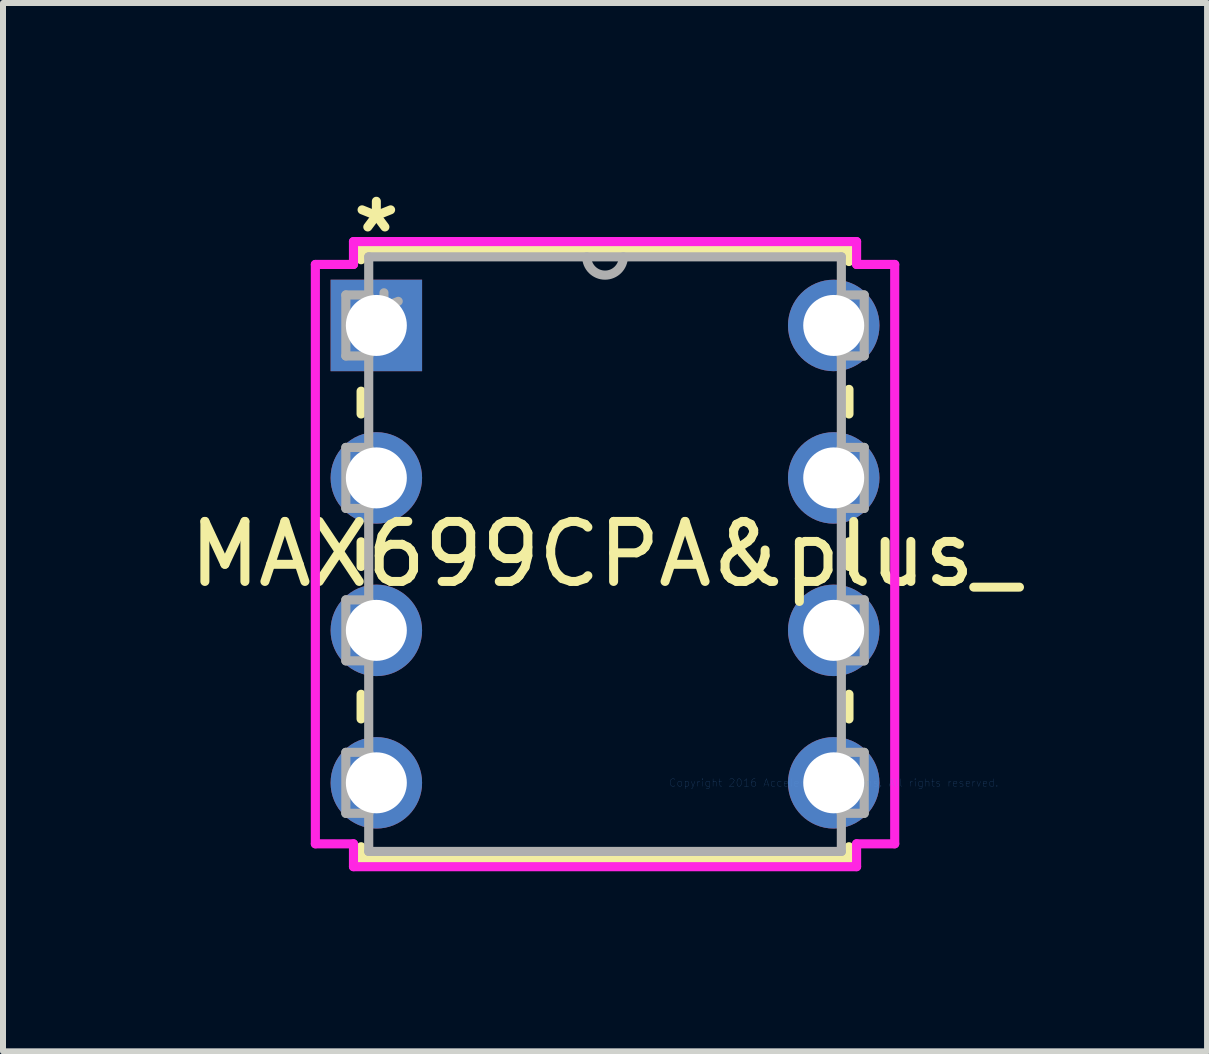
<source format=kicad_pcb>
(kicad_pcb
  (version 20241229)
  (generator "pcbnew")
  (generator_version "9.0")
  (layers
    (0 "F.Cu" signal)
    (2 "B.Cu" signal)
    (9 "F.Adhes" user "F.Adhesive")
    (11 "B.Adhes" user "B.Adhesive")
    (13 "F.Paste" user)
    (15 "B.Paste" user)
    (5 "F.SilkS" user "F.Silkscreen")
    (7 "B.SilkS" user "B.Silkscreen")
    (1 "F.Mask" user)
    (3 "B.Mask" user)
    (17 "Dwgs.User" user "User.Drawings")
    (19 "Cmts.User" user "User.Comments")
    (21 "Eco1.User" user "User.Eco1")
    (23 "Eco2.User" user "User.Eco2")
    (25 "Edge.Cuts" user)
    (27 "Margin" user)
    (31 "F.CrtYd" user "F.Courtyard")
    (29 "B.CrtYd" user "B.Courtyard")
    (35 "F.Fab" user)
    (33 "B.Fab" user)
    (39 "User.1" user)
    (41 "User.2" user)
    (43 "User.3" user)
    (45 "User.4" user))
  (footprint "MAX699CPA&plus_"
    (layer "F.Cu")
    (at 10.84 9.992)
    (property "Reference" "MAX699CPA&plus_" (at -3.81 -3.81 0) (layer "F.SilkS") (effects (font (size 1 1) (thickness 0.15))))
    (attr through_hole)
    (fp_line (start -7.874 -8.89) (end -7.874 -8.715) (stroke (width 0.152) (type solid)) (layer "F.SilkS"))
    (fp_line (start -7.874 -6.525) (end -7.874 -6.145) (stroke (width 0.152) (type solid)) (layer "F.SilkS"))
    (fp_line (start -7.874 -4.015) (end -7.874 -3.605) (stroke (width 0.152) (type solid)) (layer "F.SilkS"))
    (fp_line (start -7.874 -1.475) (end -7.874 -1.065) (stroke (width 0.152) (type solid)) (layer "F.SilkS"))
    (fp_line (start -7.874 1.065) (end -7.874 1.27) (stroke (width 0.152) (type solid)) (layer "F.SilkS"))
    (fp_line (start -7.874 1.27) (end 0.254 1.27) (stroke (width 0.152) (type solid)) (layer "F.SilkS"))
    (fp_line (start 0.254 -8.89) (end -7.874 -8.89) (stroke (width 0.152) (type solid)) (layer "F.SilkS"))
    (fp_line (start 0.254 -8.685) (end 0.254 -8.89) (stroke (width 0.152) (type solid)) (layer "F.SilkS"))
    (fp_line (start 0.254 -6.145) (end 0.254 -6.555) (stroke (width 0.152) (type solid)) (layer "F.SilkS"))
    (fp_line (start 0.254 -3.605) (end 0.254 -4.015) (stroke (width 0.152) (type solid)) (layer "F.SilkS"))
    (fp_line (start 0.254 -1.065) (end 0.254 -1.475) (stroke (width 0.152) (type solid)) (layer "F.SilkS"))
    (fp_line (start 0.254 1.27) (end 0.254 1.065) (stroke (width 0.152) (type solid)) (layer "F.SilkS"))
    (fp_line (start -8.636 -8.636) (end -8.636 1.016) (stroke (width 0.152) (type solid)) (layer "F.CrtYd"))
    (fp_line (start -8.636 1.016) (end -8.001 1.016) (stroke (width 0.152) (type solid)) (layer "F.CrtYd"))
    (fp_line (start -8.001 -9.017) (end -8.001 -8.636) (stroke (width 0.152) (type solid)) (layer "F.CrtYd"))
    (fp_line (start -8.001 -8.636) (end -8.636 -8.636) (stroke (width 0.152) (type solid)) (layer "F.CrtYd"))
    (fp_line (start -8.001 1.016) (end -8.001 1.397) (stroke (width 0.152) (type solid)) (layer "F.CrtYd"))
    (fp_line (start -8.001 1.397) (end 0.381 1.397) (stroke (width 0.152) (type solid)) (layer "F.CrtYd"))
    (fp_line (start 0.381 -9.017) (end -8.001 -9.017) (stroke (width 0.152) (type solid)) (layer "F.CrtYd"))
    (fp_line (start 0.381 -8.636) (end 0.381 -9.017) (stroke (width 0.152) (type solid)) (layer "F.CrtYd"))
    (fp_line (start 0.381 1.016) (end 1.016 1.016) (stroke (width 0.152) (type solid)) (layer "F.CrtYd"))
    (fp_line (start 0.381 1.397) (end 0.381 1.016) (stroke (width 0.152) (type solid)) (layer "F.CrtYd"))
    (fp_line (start 1.016 -8.636) (end 0.381 -8.636) (stroke (width 0.152) (type solid)) (layer "F.CrtYd"))
    (fp_line (start 1.016 1.016) (end 1.016 -8.636) (stroke (width 0.152) (type solid)) (layer "F.CrtYd"))
    (fp_line (start -8.128 -8.128) (end -8.128 -7.112) (stroke (width 0.152) (type solid)) (layer "F.Fab"))
    (fp_line (start -8.128 -7.112) (end -7.747 -7.112) (stroke (width 0.152) (type solid)) (layer "F.Fab"))
    (fp_line (start -8.128 -5.588) (end -8.128 -4.572) (stroke (width 0.152) (type solid)) (layer "F.Fab"))
    (fp_line (start -8.128 -4.572) (end -7.747 -4.572) (stroke (width 0.152) (type solid)) (layer "F.Fab"))
    (fp_line (start -8.128 -3.048) (end -8.128 -2.032) (stroke (width 0.152) (type solid)) (layer "F.Fab"))
    (fp_line (start -8.128 -2.032) (end -7.747 -2.032) (stroke (width 0.152) (type solid)) (layer "F.Fab"))
    (fp_line (start -8.128 -0.508) (end -8.128 0.508) (stroke (width 0.152) (type solid)) (layer "F.Fab"))
    (fp_line (start -8.128 0.508) (end -7.747 0.508) (stroke (width 0.152) (type solid)) (layer "F.Fab"))
    (fp_line (start -7.747 -8.763) (end -7.747 1.143) (stroke (width 0.152) (type solid)) (layer "F.Fab"))
    (fp_line (start -7.747 -8.128) (end -8.128 -8.128) (stroke (width 0.152) (type solid)) (layer "F.Fab"))
    (fp_line (start -7.747 -7.112) (end -7.747 -8.128) (stroke (width 0.152) (type solid)) (layer "F.Fab"))
    (fp_line (start -7.747 -5.588) (end -8.128 -5.588) (stroke (width 0.152) (type solid)) (layer "F.Fab"))
    (fp_line (start -7.747 -4.572) (end -7.747 -5.588) (stroke (width 0.152) (type solid)) (layer "F.Fab"))
    (fp_line (start -7.747 -3.048) (end -8.128 -3.048) (stroke (width 0.152) (type solid)) (layer "F.Fab"))
    (fp_line (start -7.747 -2.032) (end -7.747 -3.048) (stroke (width 0.152) (type solid)) (layer "F.Fab"))
    (fp_line (start -7.747 -0.508) (end -8.128 -0.508) (stroke (width 0.152) (type solid)) (layer "F.Fab"))
    (fp_line (start -7.747 0.508) (end -7.747 -0.508) (stroke (width 0.152) (type solid)) (layer "F.Fab"))
    (fp_line (start -7.747 1.143) (end 0.127 1.143) (stroke (width 0.152) (type solid)) (layer "F.Fab"))
    (fp_line (start 0.127 -8.763) (end -7.747 -8.763) (stroke (width 0.152) (type solid)) (layer "F.Fab"))
    (fp_line (start 0.127 -8.128) (end 0.127 -7.112) (stroke (width 0.152) (type solid)) (layer "F.Fab"))
    (fp_line (start 0.127 -7.112) (end 0.508 -7.112) (stroke (width 0.152) (type solid)) (layer "F.Fab"))
    (fp_line (start 0.127 -5.588) (end 0.127 -4.572) (stroke (width 0.152) (type solid)) (layer "F.Fab"))
    (fp_line (start 0.127 -4.572) (end 0.508 -4.572) (stroke (width 0.152) (type solid)) (layer "F.Fab"))
    (fp_line (start 0.127 -3.048) (end 0.127 -2.032) (stroke (width 0.152) (type solid)) (layer "F.Fab"))
    (fp_line (start 0.127 -2.032) (end 0.508 -2.032) (stroke (width 0.152) (type solid)) (layer "F.Fab"))
    (fp_line (start 0.127 -0.508) (end 0.127 0.508) (stroke (width 0.152) (type solid)) (layer "F.Fab"))
    (fp_line (start 0.127 0.508) (end 0.508 0.508) (stroke (width 0.152) (type solid)) (layer "F.Fab"))
    (fp_line (start 0.127 1.143) (end 0.127 -8.763) (stroke (width 0.152) (type solid)) (layer "F.Fab"))
    (fp_line (start 0.508 -8.128) (end 0.127 -8.128) (stroke (width 0.152) (type solid)) (layer "F.Fab"))
    (fp_line (start 0.508 -7.112) (end 0.508 -8.128) (stroke (width 0.152) (type solid)) (layer "F.Fab"))
    (fp_line (start 0.508 -5.588) (end 0.127 -5.588) (stroke (width 0.152) (type solid)) (layer "F.Fab"))
    (fp_line (start 0.508 -4.572) (end 0.508 -5.588) (stroke (width 0.152) (type solid)) (layer "F.Fab"))
    (fp_line (start 0.508 -3.048) (end 0.127 -3.048) (stroke (width 0.152) (type solid)) (layer "F.Fab"))
    (fp_line (start 0.508 -2.032) (end 0.508 -3.048) (stroke (width 0.152) (type solid)) (layer "F.Fab"))
    (fp_line (start 0.508 -0.508) (end 0.127 -0.508) (stroke (width 0.152) (type solid)) (layer "F.Fab"))
    (fp_line (start 0.508 0.508) (end 0.508 -0.508) (stroke (width 0.152) (type solid)) (layer "F.Fab"))
    (fp_arc (start -3.5052 -8.763) (mid -3.81 -8.4582) (end -4.1148 -8.763) (stroke (width 0.1524) (type solid)) (layer "F.Fab"))
    (fp_text user "*" (at -7.62 -9.144 0) (layer "F.SilkS") (effects (font (size 1 1) (thickness 0.15))))
    (fp_text user "Copyright 2016 Accelerated Designs. All rights reserved." (at 0 0 0) (layer "Cmts.User") (effects (font (size 0.127 0.127) (thickness 0.002))))
    (fp_text user "*" (at -7.493 -7.62 0) (layer "F.Fab") (effects (font (size 1 1) (thickness 0.15))))
    (pad "1" thru_hole rect (at -7.62 -7.62) (size 1.524 1.524) (drill 1.016) (layers "*.Cu" "*.Mask"))
    (pad "2" thru_hole circle (at -7.62 -5.08) (size 1.524 1.524) (drill 1.016) (layers "*.Cu" "*.Mask"))
    (pad "3" thru_hole circle (at -7.62 -2.54) (size 1.524 1.524) (drill 1.016) (layers "*.Cu" "*.Mask"))
    (pad "4" thru_hole circle (at -7.62 0) (size 1.524 1.524) (drill 1.016) (layers "*.Cu" "*.Mask"))
    (pad "5" thru_hole circle (at 0 0) (size 1.524 1.524) (drill 1.016) (layers "*.Cu" "*.Mask"))
    (pad "6" thru_hole circle (at 0 -2.54) (size 1.524 1.524) (drill 1.016) (layers "*.Cu" "*.Mask"))
    (pad "7" thru_hole circle (at 0 -5.08) (size 1.524 1.524) (drill 1.016) (layers "*.Cu" "*.Mask"))
    (pad "8" thru_hole circle (at 0 -7.62) (size 1.524 1.524) (drill 1.016) (layers "*.Cu" "*.Mask")))
  (gr_rect
    (start -3 -3)
    (end 17.06 14.465)
    (stroke (width 0.1) (type default))
    (fill no)
    (layer "Edge.Cuts")))
</source>
